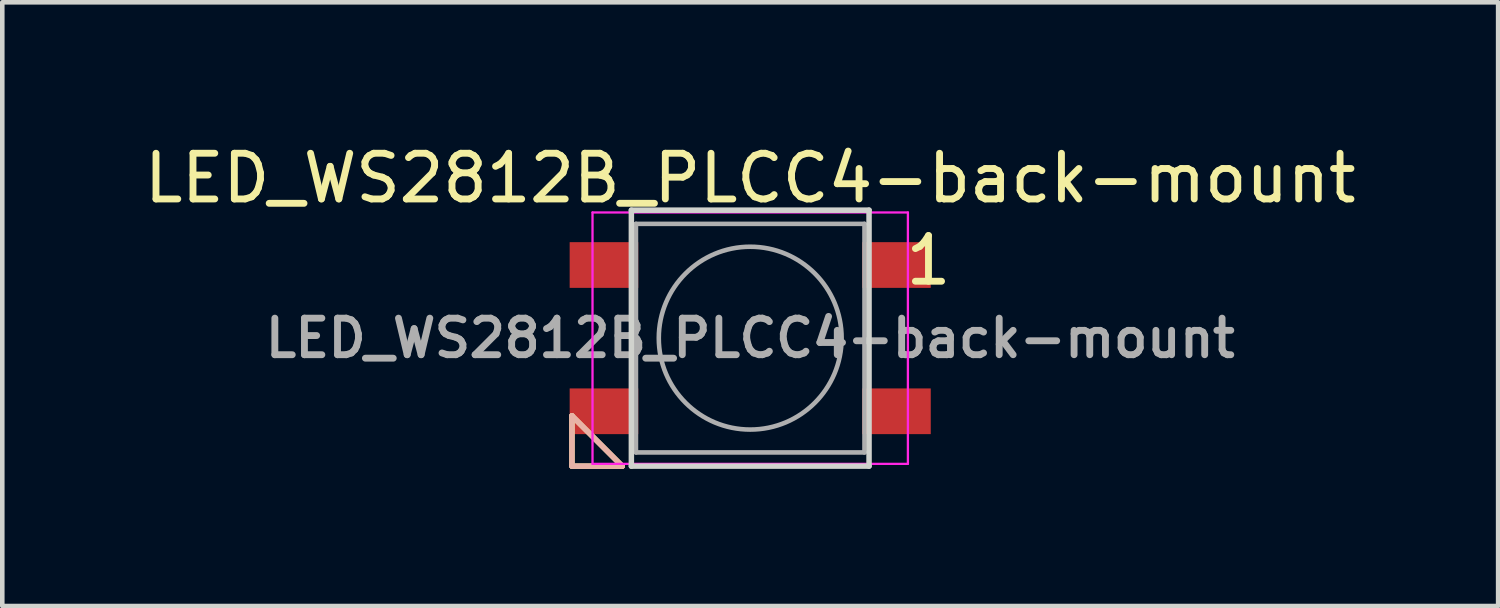
<source format=kicad_pcb>
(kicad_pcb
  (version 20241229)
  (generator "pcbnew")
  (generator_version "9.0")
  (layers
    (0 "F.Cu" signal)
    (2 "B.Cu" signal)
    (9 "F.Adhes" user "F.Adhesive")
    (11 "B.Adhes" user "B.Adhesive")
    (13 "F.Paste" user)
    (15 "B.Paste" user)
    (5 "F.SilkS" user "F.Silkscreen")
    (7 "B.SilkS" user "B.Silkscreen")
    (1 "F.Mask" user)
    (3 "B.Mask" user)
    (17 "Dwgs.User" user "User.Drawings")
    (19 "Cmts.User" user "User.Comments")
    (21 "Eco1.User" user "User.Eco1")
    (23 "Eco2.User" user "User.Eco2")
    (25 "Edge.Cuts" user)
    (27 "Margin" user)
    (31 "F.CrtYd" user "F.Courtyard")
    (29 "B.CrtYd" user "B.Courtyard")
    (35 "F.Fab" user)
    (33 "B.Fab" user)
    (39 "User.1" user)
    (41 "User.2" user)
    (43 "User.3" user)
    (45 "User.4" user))
  (footprint "LED_WS2812B_PLCC4-back-mount"
    (layer "F.Cu")
    (at 13.363 4.348)
    (property "Reference" "LED_WS2812B_PLCC4-back-mount" (at 0 -3.5 180) (layer "F.SilkS") (effects (font (size 1 1) (thickness 0.15))))
    (attr smd)
    (fp_line (start -3.9 1.7) (end -3.9 2.8) (stroke (width 0.12) (type solid)) (layer "F.SilkS"))
    (fp_line (start -3.9 2.8) (end -2.8 2.8) (stroke (width 0.12) (type solid)) (layer "F.SilkS"))
    (fp_line (start -2.8 2.8) (end -3.9 1.7) (stroke (width 0.12) (type solid)) (layer "F.SilkS"))
    (fp_line (start -3.9 1.7) (end -3.9 2.8) (stroke (width 0.12) (type solid)) (layer "B.SilkS"))
    (fp_line (start -3.9 2.8) (end -2.8 2.8) (stroke (width 0.12) (type solid)) (layer "B.SilkS"))
    (fp_line (start -2.8 2.8) (end -3.9 1.7) (stroke (width 0.12) (type solid)) (layer "B.SilkS"))
    (fp_line (start -2.6 -2.8) (end 2.6 -2.8) (stroke (width 0.12) (type solid)) (layer "Edge.Cuts"))
    (fp_line (start -2.6 2.8) (end -2.6 -2.8) (stroke (width 0.12) (type solid)) (layer "Edge.Cuts"))
    (fp_line (start 2.6 -2.8) (end 2.6 2.8) (stroke (width 0.12) (type solid)) (layer "Edge.Cuts"))
    (fp_line (start 2.6 2.8) (end -2.6 2.8) (stroke (width 0.12) (type solid)) (layer "Edge.Cuts"))
    (fp_line (start -3.45 -2.75) (end -3.45 2.75) (stroke (width 0.05) (type solid)) (layer "F.CrtYd"))
    (fp_line (start -3.45 2.75) (end 3.45 2.75) (stroke (width 0.05) (type solid)) (layer "F.CrtYd"))
    (fp_line (start 3.45 -2.75) (end -3.45 -2.75) (stroke (width 0.05) (type solid)) (layer "F.CrtYd"))
    (fp_line (start 3.45 2.75) (end 3.45 -2.75) (stroke (width 0.05) (type solid)) (layer "F.CrtYd"))
    (fp_line (start -2.5 -2.5) (end -2.5 2.5) (stroke (width 0.1) (type solid)) (layer "F.Fab"))
    (fp_line (start -2.5 2.5) (end 2.5 2.5) (stroke (width 0.1) (type solid)) (layer "F.Fab"))
    (fp_line (start 2.5 -2.5) (end -2.5 -2.5) (stroke (width 0.1) (type solid)) (layer "F.Fab"))
    (fp_line (start 2.5 2.5) (end 2.5 -2.5) (stroke (width 0.1) (type solid)) (layer "F.Fab"))
    (fp_circle (center 0 0) (end 0 -2) (stroke (width 0.1) (type solid)) (fill no) (layer "F.Fab"))
    (fp_text user "1" (at 3.9 -1.7 180) (layer "F.SilkS") (effects (font (size 1 1) (thickness 0.15))))
    (fp_text user "${REFERENCE}" (at 0 0 180) (layer "F.Fab") (effects (font (size 0.8 0.8) (thickness 0.15))))
    (pad "1" smd rect (at 3.2 -1.6) (size 1.5 1) (layers "F.Cu" "F.Mask" "F.Paste"))
    (pad "2" smd rect (at 3.2 1.6) (size 1.5 1) (layers "F.Cu" "F.Mask" "F.Paste"))
    (pad "3" smd rect (at -3.2 1.6) (size 1.5 1) (layers "F.Cu" "F.Mask" "F.Paste"))
    (pad "4" smd rect (at -3.2 -1.6) (size 1.5 1) (layers "F.Cu" "F.Mask" "F.Paste")))
  (gr_rect
    (start -3 -3)
    (end 29.726 10.208)
    (stroke (width 0.1) (type default))
    (fill no)
    (layer "Edge.Cuts")))
</source>
